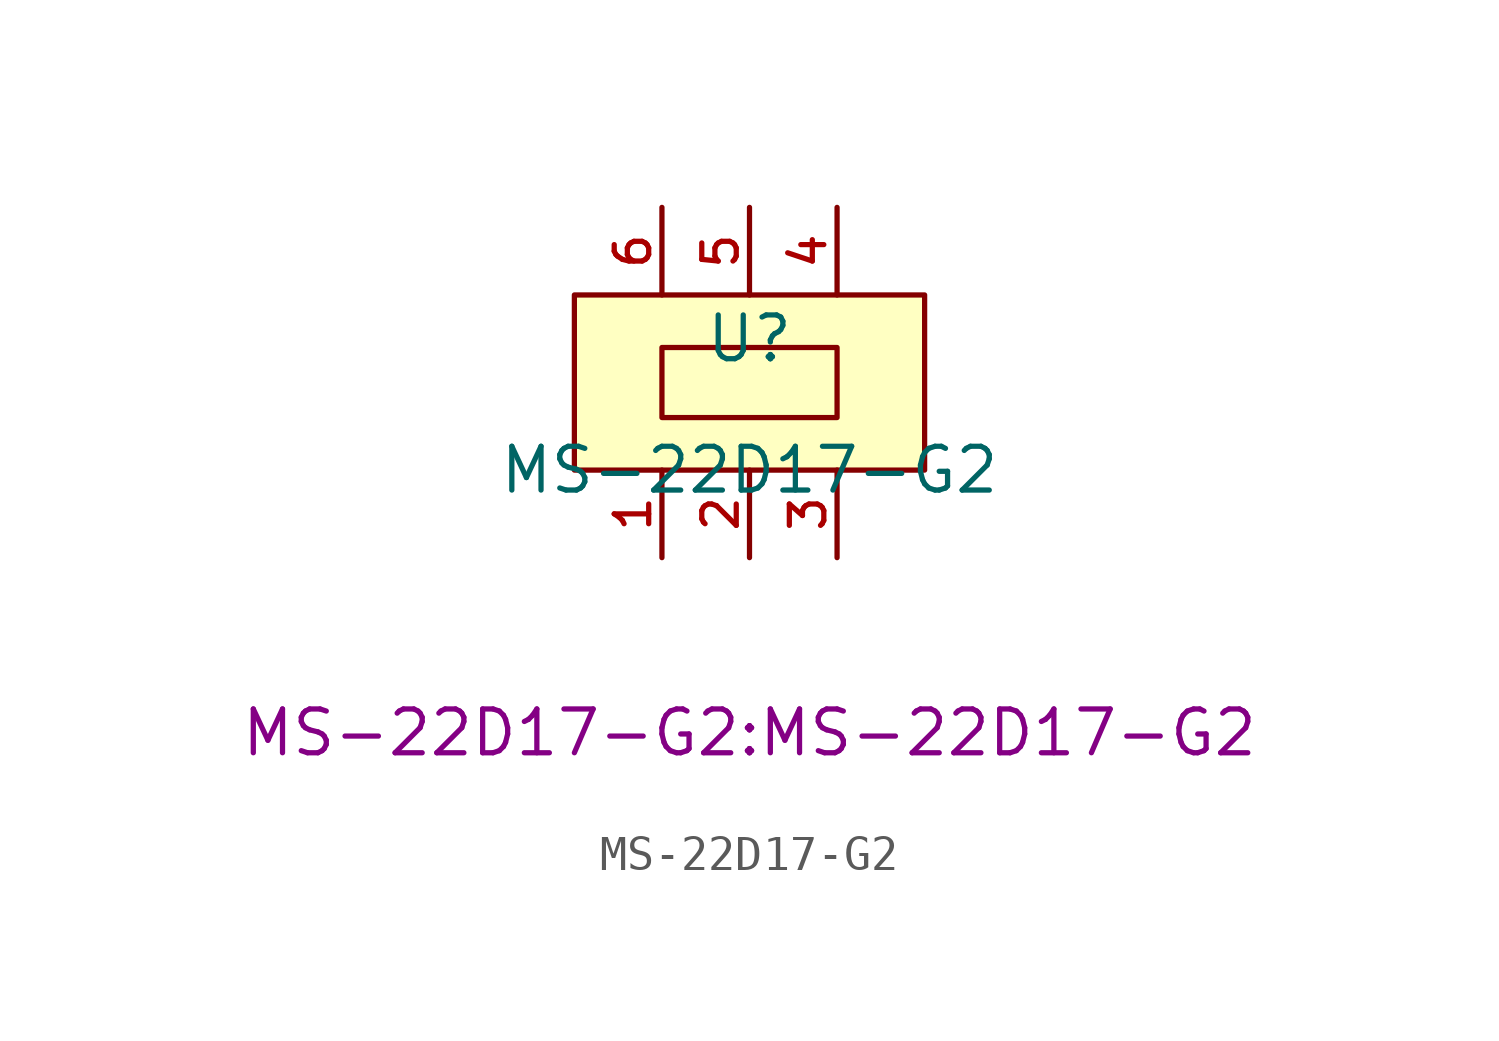
<source format=kicad_sym>
(kicad_symbol_lib
  (version 20210201)
  (generator TousstNicolas/JLC2KiCad_lib)
  (symbol "MS-22D17-G2"
    (pin_names hide)
    (property "Reference" "U"
      (at 0 1.27 0)
      (effects (font (size 1.27 1.27))))
    (property "Value" "MS-22D17-G2"
      (at 0 -2.54 0)
      (effects (font (size 1.27 1.27))))
    (property "Footprint" "MS-22D17-G2:MS-22D17-G2"
      (at 0 -10.16 0))
    (symbol "MS-22D17-G2_0_1"
      (rectangle (start -5.08 2.54) (end 5.08 -2.54) (stroke (width 0) (type default) (color 0 0 0 0)) (fill (type background)))
      (pin unspecified line (at -2.54 -5.08 90) (length 2.54) (name "1" (effects (font (size 1 1)))) (number "1" (effects (font (size 1 1)))))
      (pin unspecified line (at 0.0 -5.08 90) (length 2.54) (name "2" (effects (font (size 1 1)))) (number "2" (effects (font (size 1 1)))))
      (pin unspecified line (at 2.54 -5.08 90) (length 2.54) (name "3" (effects (font (size 1 1)))) (number "3" (effects (font (size 1 1)))))
      (pin unspecified line (at 2.54 5.08 270) (length 2.54) (name "4" (effects (font (size 1 1)))) (number "4" (effects (font (size 1 1)))))
      (pin unspecified line (at 0.0 5.08 270) (length 2.54) (name "5" (effects (font (size 1 1)))) (number "5" (effects (font (size 1 1)))))
      (pin unspecified line (at -2.54 5.08 270) (length 2.54) (name "6" (effects (font (size 1 1)))) (number "6" (effects (font (size 1 1)))))
      (rectangle (start -2.54 1.016) (end 2.54 -1.016) (stroke (width 0) (type default) (color 0 0 0 0)) (fill (type background))))))
</source>
